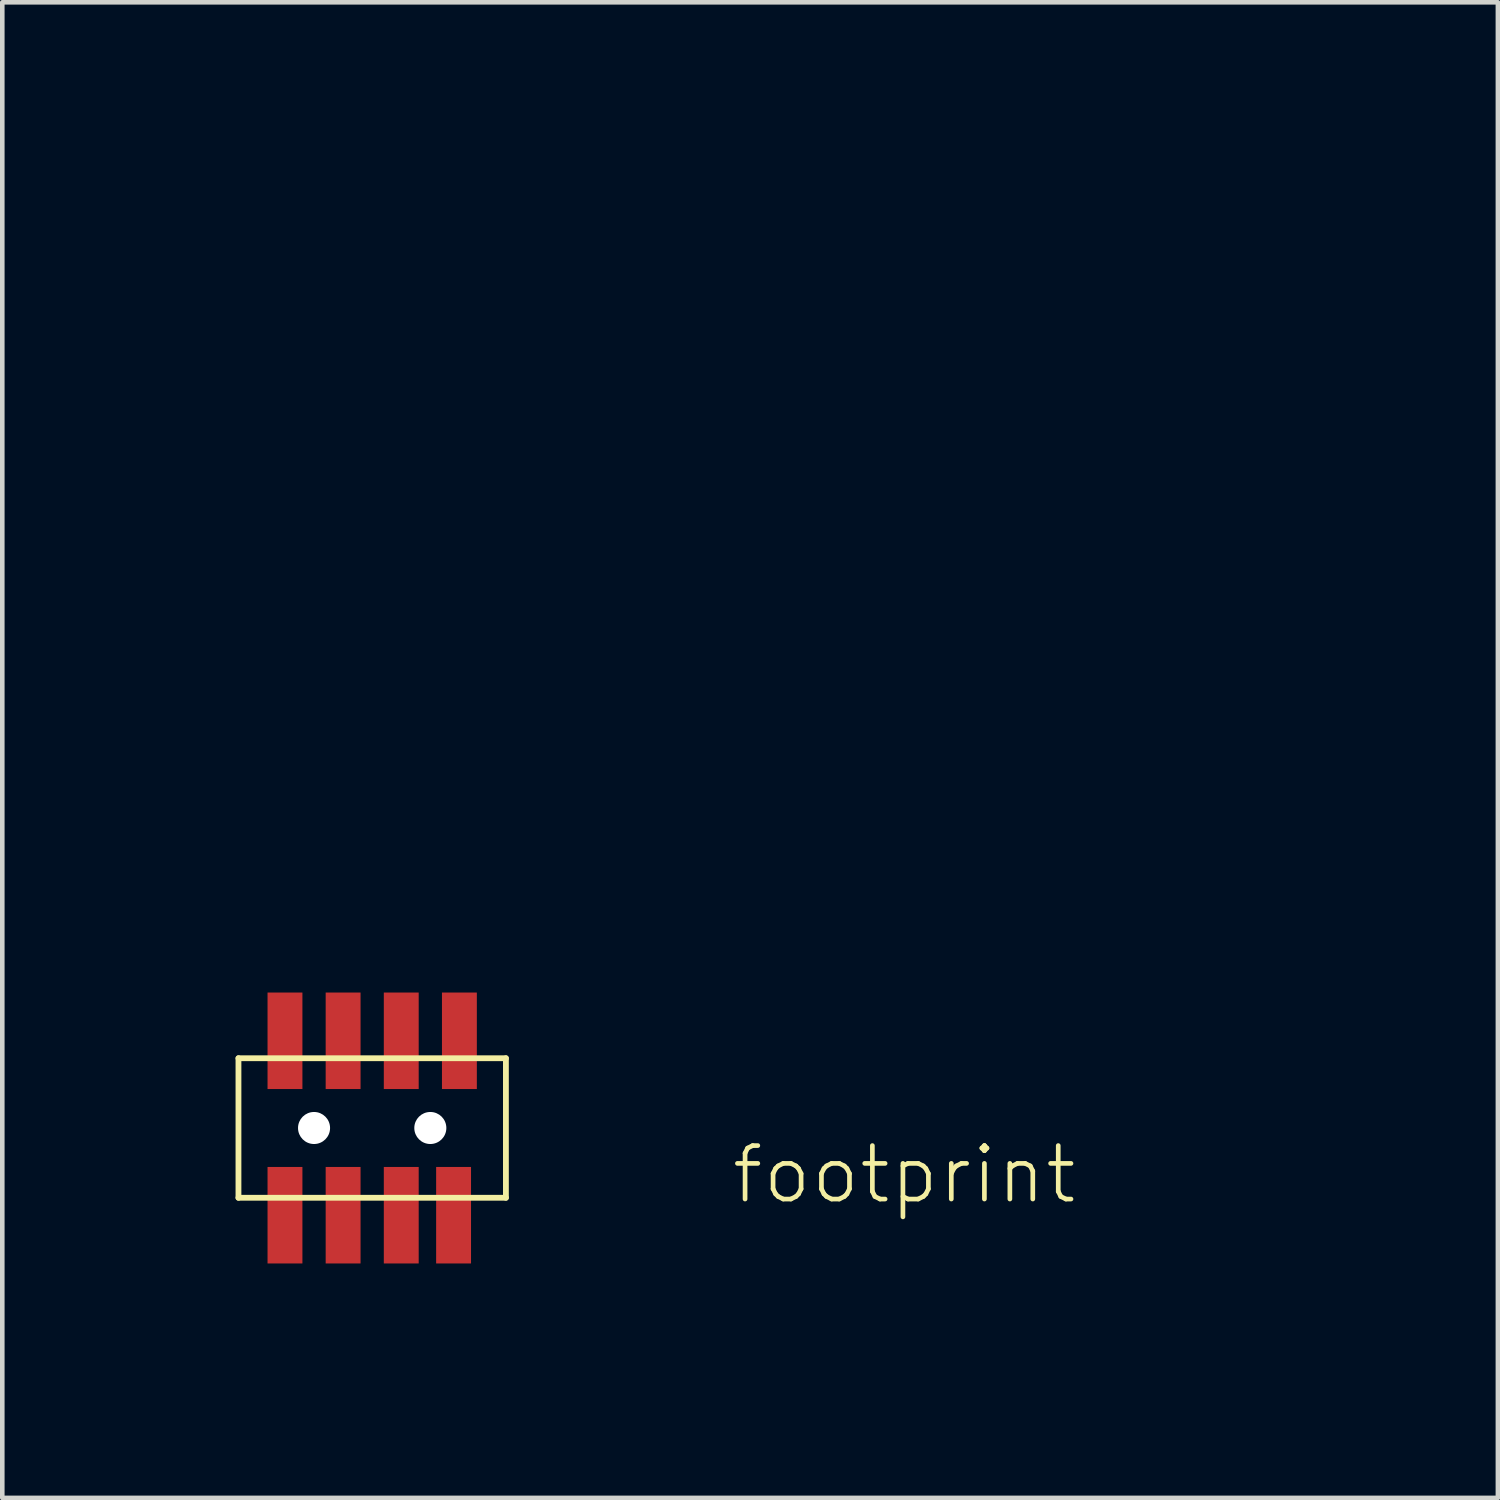
<source format=kicad_pcb>
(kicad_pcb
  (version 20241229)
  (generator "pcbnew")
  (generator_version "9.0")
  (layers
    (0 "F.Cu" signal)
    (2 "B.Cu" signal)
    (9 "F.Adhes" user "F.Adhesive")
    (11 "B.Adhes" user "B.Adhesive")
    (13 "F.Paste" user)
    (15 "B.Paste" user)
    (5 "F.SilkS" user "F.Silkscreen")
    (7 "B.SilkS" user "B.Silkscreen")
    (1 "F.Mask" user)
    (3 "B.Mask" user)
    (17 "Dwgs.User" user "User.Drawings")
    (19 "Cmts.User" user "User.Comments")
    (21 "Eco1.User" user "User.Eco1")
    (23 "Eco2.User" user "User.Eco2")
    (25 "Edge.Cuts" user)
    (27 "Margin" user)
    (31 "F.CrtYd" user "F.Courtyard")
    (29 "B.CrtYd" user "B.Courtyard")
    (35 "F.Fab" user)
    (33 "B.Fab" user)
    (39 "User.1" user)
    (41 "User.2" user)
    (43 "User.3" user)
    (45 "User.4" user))
  (footprint "footprint"
    (layer "F.Cu")
    (at 5.08 21.59)
    (property "Reference" "footprint" (at 7.8 1.7 0) (layer "F.SilkS") (effects (font (size 1.168 1.168) (thickness 0.102)) (justify left bottom)))
    (fp_line (start -2.921 -1.524) (end -2.921 1.524) (stroke (width 0.127) (type solid)) (layer "F.SilkS"))
    (fp_line (start -2.921 1.524) (end 2.921 1.524) (stroke (width 0.127) (type solid)) (layer "F.SilkS"))
    (fp_line (start 2.921 -1.524) (end -2.921 -1.524) (stroke (width 0.127) (type solid)) (layer "F.SilkS"))
    (fp_line (start 2.921 1.524) (end 2.921 -1.524) (stroke (width 0.127) (type solid)) (layer "F.SilkS"))
    (pad "" np_thru_hole circle (at -1.27 0) (size 0.7 0.7) (drill 0.7) (layers "*.Cu" "*.Mask"))
    (pad "" np_thru_hole circle (at 1.27 0) (size 0.7 0.7) (drill 0.7) (layers "*.Cu" "*.Mask"))
    (pad "1" smd rect (at -1.905 -1.905 90) (size 2.108 0.762) (layers "F.Cu" "F.Mask" "F.Paste"))
    (pad "2" smd rect (at -1.905 1.905 90) (size 2.108 0.762) (layers "F.Cu" "F.Mask" "F.Paste"))
    (pad "3" smd rect (at -0.635 -1.905 90) (size 2.108 0.762) (layers "F.Cu" "F.Mask" "F.Paste"))
    (pad "4" smd rect (at -0.635 1.905 90) (size 2.108 0.762) (layers "F.Cu" "F.Mask" "F.Paste"))
    (pad "5" smd rect (at 0.635 -1.905 90) (size 2.108 0.762) (layers "F.Cu" "F.Mask" "F.Paste"))
    (pad "6" smd rect (at 0.635 1.905 90) (size 2.108 0.762) (layers "F.Cu" "F.Mask" "F.Paste"))
    (pad "7" smd rect (at 1.905 -1.905 90) (size 2.108 0.762) (layers "F.Cu" "F.Mask" "F.Paste"))
    (pad "8" smd rect (at 1.778 1.905 90) (size 2.108 0.762) (layers "F.Cu" "F.Mask" "F.Paste"))
    (zone (net_name "") (layers "F.Cu" "B.Cu") (hatch edge 0.508) (connect_pads) (min_thickness 0.254) (filled_areas_thickness no) (keepout (tracks allowed) (vias not_allowed) (pads allowed) (copperpour allowed) (footprints allowed)) (placement (enabled no)) (fill) (polygon (pts (xy 0 0) (xy 26.67 0) (xy 26.67 26.67) (xy 7.62 26.67) (xy 7.62 17.78) (xy 2.54 17.78) (xy 2.54 26.67) (xy 0 26.67)))))
  (gr_rect
    (start -3 -3)
    (end 29.67 29.67)
    (stroke (width 0.1) (type default))
    (fill no)
    (layer "Edge.Cuts")))
</source>
